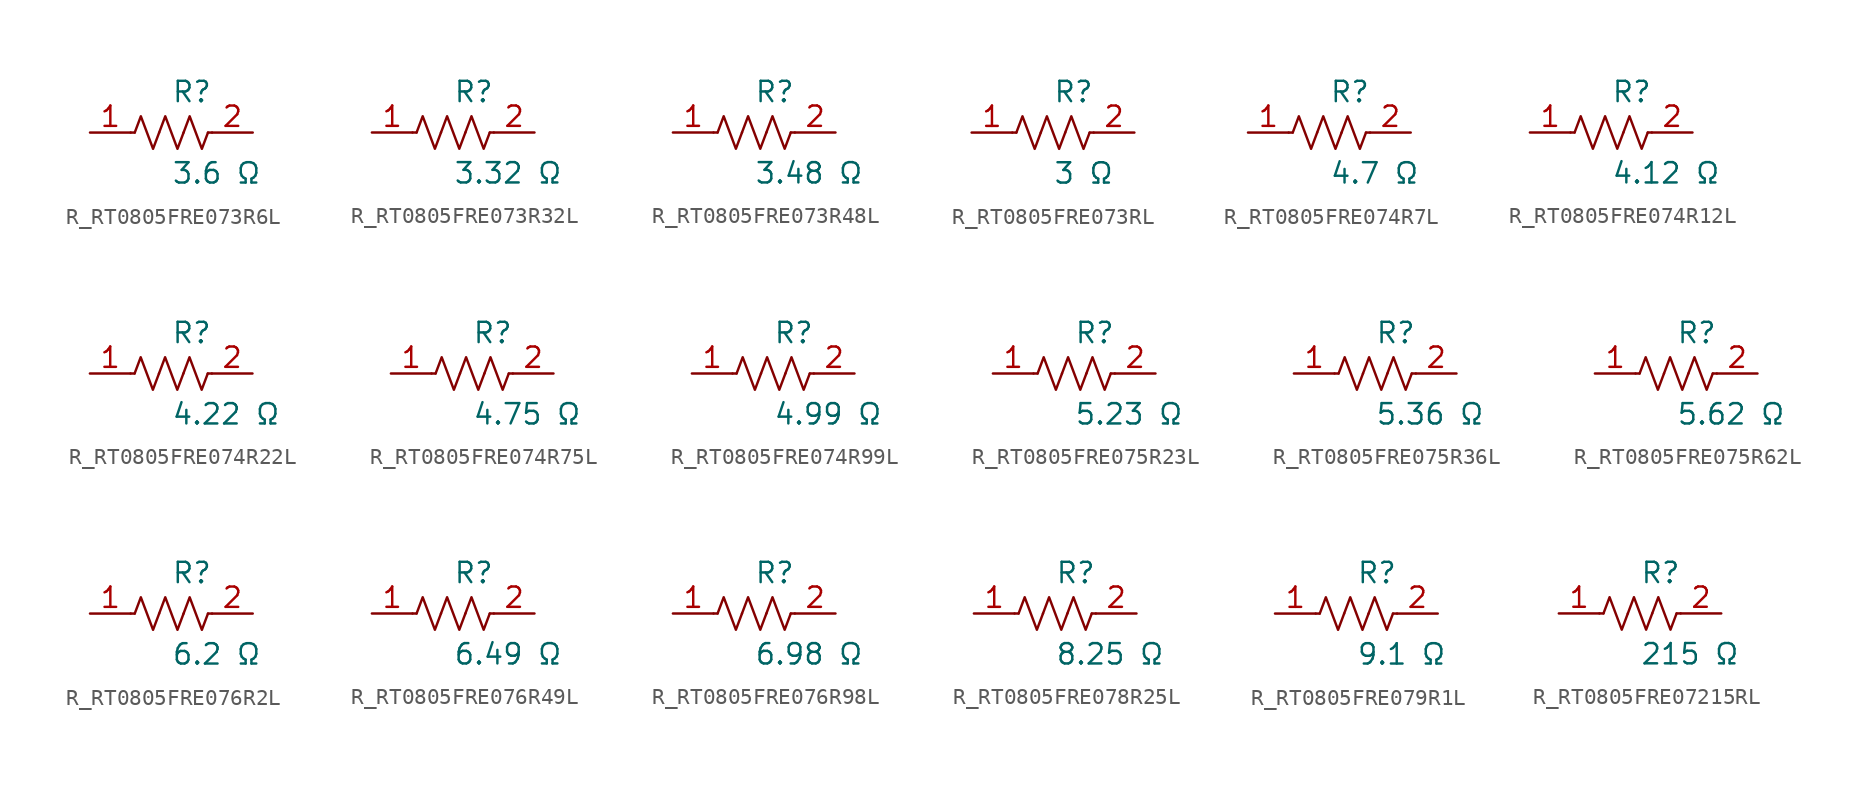
<source format=kicad_sym>
(kicad_symbol_lib
  (version 20231120)
  (generator kicad_symbol_editor)
  (generator_version 8.0)
  (symbol "R_RT0805FRE073R6L"
    (pin_names
      (offset 0.254))
    (property "Reference" "R"
      (at 0.0 2.54 0)
      (effects (font (size 1.27 1.27)) (justify left)))
    (property "Value" "3.6 Ω"
      (at 0.0 -2.54 0)
      (effects (font (size 1.27 1.27)) (justify left)))
    (symbol "R_RT0805FRE073R6L_0_1"
      (polyline (pts (xy 2.286 0) (xy 2.54 0)) (stroke (width 0) (type default)) (fill (type none)))
      (polyline (pts (xy -2.286 0) (xy -2.54 0)) (stroke (width 0) (type default)) (fill (type none)))
      (polyline (pts (xy 0.762 0) (xy 1.143 1.016) (xy 1.524 0) (xy 1.905 -1.016) (xy 2.286 0)) (stroke (width 0) (type default)) (fill (type none)))
      (polyline (pts (xy -0.762 0) (xy -0.381 1.016) (xy 0 0) (xy 0.381 -1.016) (xy 0.762 0)) (stroke (width 0) (type default)) (fill (type none)))
      (polyline (pts (xy -2.286 0) (xy -1.905 1.016) (xy -1.524 0) (xy -1.143 -1.016) (xy -0.762 0)) (stroke (width 0) (type default)) (fill (type none))))
    (pin unspecified line
      (at -5.08 0 0)
      (length 2.54)
      (name "" (effects (font (size 1.27 1.27))))
      (number "1" (effects (font (size 1.27 1.27)))))
    (pin unspecified line
      (at 5.08 0 180)
      (length 2.54)
      (name "" (effects (font (size 1.27 1.27))))
      (number "2" (effects (font (size 1.27 1.27))))))
  (symbol "R_RT0805FRE073R32L"
    (pin_names
      (offset 0.254))
    (property "Reference" "R"
      (at 0.0 2.54 0)
      (effects (font (size 1.27 1.27)) (justify left)))
    (property "Value" "3.32 Ω"
      (at 0.0 -2.54 0)
      (effects (font (size 1.27 1.27)) (justify left)))
    (symbol "R_RT0805FRE073R32L_0_1"
      (polyline (pts (xy 2.286 0) (xy 2.54 0)) (stroke (width 0) (type default)) (fill (type none)))
      (polyline (pts (xy -2.286 0) (xy -2.54 0)) (stroke (width 0) (type default)) (fill (type none)))
      (polyline (pts (xy 0.762 0) (xy 1.143 1.016) (xy 1.524 0) (xy 1.905 -1.016) (xy 2.286 0)) (stroke (width 0) (type default)) (fill (type none)))
      (polyline (pts (xy -0.762 0) (xy -0.381 1.016) (xy 0 0) (xy 0.381 -1.016) (xy 0.762 0)) (stroke (width 0) (type default)) (fill (type none)))
      (polyline (pts (xy -2.286 0) (xy -1.905 1.016) (xy -1.524 0) (xy -1.143 -1.016) (xy -0.762 0)) (stroke (width 0) (type default)) (fill (type none))))
    (pin unspecified line
      (at -5.08 0 0)
      (length 2.54)
      (name "" (effects (font (size 1.27 1.27))))
      (number "1" (effects (font (size 1.27 1.27)))))
    (pin unspecified line
      (at 5.08 0 180)
      (length 2.54)
      (name "" (effects (font (size 1.27 1.27))))
      (number "2" (effects (font (size 1.27 1.27))))))
  (symbol "R_RT0805FRE073R48L"
    (pin_names
      (offset 0.254))
    (property "Reference" "R"
      (at 0.0 2.54 0)
      (effects (font (size 1.27 1.27)) (justify left)))
    (property "Value" "3.48 Ω"
      (at 0.0 -2.54 0)
      (effects (font (size 1.27 1.27)) (justify left)))
    (symbol "R_RT0805FRE073R48L_0_1"
      (polyline (pts (xy 2.286 0) (xy 2.54 0)) (stroke (width 0) (type default)) (fill (type none)))
      (polyline (pts (xy -2.286 0) (xy -2.54 0)) (stroke (width 0) (type default)) (fill (type none)))
      (polyline (pts (xy 0.762 0) (xy 1.143 1.016) (xy 1.524 0) (xy 1.905 -1.016) (xy 2.286 0)) (stroke (width 0) (type default)) (fill (type none)))
      (polyline (pts (xy -0.762 0) (xy -0.381 1.016) (xy 0 0) (xy 0.381 -1.016) (xy 0.762 0)) (stroke (width 0) (type default)) (fill (type none)))
      (polyline (pts (xy -2.286 0) (xy -1.905 1.016) (xy -1.524 0) (xy -1.143 -1.016) (xy -0.762 0)) (stroke (width 0) (type default)) (fill (type none))))
    (pin unspecified line
      (at -5.08 0 0)
      (length 2.54)
      (name "" (effects (font (size 1.27 1.27))))
      (number "1" (effects (font (size 1.27 1.27)))))
    (pin unspecified line
      (at 5.08 0 180)
      (length 2.54)
      (name "" (effects (font (size 1.27 1.27))))
      (number "2" (effects (font (size 1.27 1.27))))))
  (symbol "R_RT0805FRE073RL"
    (pin_names
      (offset 0.254))
    (property "Reference" "R"
      (at 0.0 2.54 0)
      (effects (font (size 1.27 1.27)) (justify left)))
    (property "Value" "3 Ω"
      (at 0.0 -2.54 0)
      (effects (font (size 1.27 1.27)) (justify left)))
    (symbol "R_RT0805FRE073RL_0_1"
      (polyline (pts (xy 2.286 0) (xy 2.54 0)) (stroke (width 0) (type default)) (fill (type none)))
      (polyline (pts (xy -2.286 0) (xy -2.54 0)) (stroke (width 0) (type default)) (fill (type none)))
      (polyline (pts (xy 0.762 0) (xy 1.143 1.016) (xy 1.524 0) (xy 1.905 -1.016) (xy 2.286 0)) (stroke (width 0) (type default)) (fill (type none)))
      (polyline (pts (xy -0.762 0) (xy -0.381 1.016) (xy 0 0) (xy 0.381 -1.016) (xy 0.762 0)) (stroke (width 0) (type default)) (fill (type none)))
      (polyline (pts (xy -2.286 0) (xy -1.905 1.016) (xy -1.524 0) (xy -1.143 -1.016) (xy -0.762 0)) (stroke (width 0) (type default)) (fill (type none))))
    (pin unspecified line
      (at -5.08 0 0)
      (length 2.54)
      (name "" (effects (font (size 1.27 1.27))))
      (number "1" (effects (font (size 1.27 1.27)))))
    (pin unspecified line
      (at 5.08 0 180)
      (length 2.54)
      (name "" (effects (font (size 1.27 1.27))))
      (number "2" (effects (font (size 1.27 1.27))))))
  (symbol "R_RT0805FRE074R7L"
    (pin_names
      (offset 0.254))
    (property "Reference" "R"
      (at 0.0 2.54 0)
      (effects (font (size 1.27 1.27)) (justify left)))
    (property "Value" "4.7 Ω"
      (at 0.0 -2.54 0)
      (effects (font (size 1.27 1.27)) (justify left)))
    (symbol "R_RT0805FRE074R7L_0_1"
      (polyline (pts (xy 2.286 0) (xy 2.54 0)) (stroke (width 0) (type default)) (fill (type none)))
      (polyline (pts (xy -2.286 0) (xy -2.54 0)) (stroke (width 0) (type default)) (fill (type none)))
      (polyline (pts (xy 0.762 0) (xy 1.143 1.016) (xy 1.524 0) (xy 1.905 -1.016) (xy 2.286 0)) (stroke (width 0) (type default)) (fill (type none)))
      (polyline (pts (xy -0.762 0) (xy -0.381 1.016) (xy 0 0) (xy 0.381 -1.016) (xy 0.762 0)) (stroke (width 0) (type default)) (fill (type none)))
      (polyline (pts (xy -2.286 0) (xy -1.905 1.016) (xy -1.524 0) (xy -1.143 -1.016) (xy -0.762 0)) (stroke (width 0) (type default)) (fill (type none))))
    (pin unspecified line
      (at -5.08 0 0)
      (length 2.54)
      (name "" (effects (font (size 1.27 1.27))))
      (number "1" (effects (font (size 1.27 1.27)))))
    (pin unspecified line
      (at 5.08 0 180)
      (length 2.54)
      (name "" (effects (font (size 1.27 1.27))))
      (number "2" (effects (font (size 1.27 1.27))))))
  (symbol "R_RT0805FRE074R12L"
    (pin_names
      (offset 0.254))
    (property "Reference" "R"
      (at 0.0 2.54 0)
      (effects (font (size 1.27 1.27)) (justify left)))
    (property "Value" "4.12 Ω"
      (at 0.0 -2.54 0)
      (effects (font (size 1.27 1.27)) (justify left)))
    (symbol "R_RT0805FRE074R12L_0_1"
      (polyline (pts (xy 2.286 0) (xy 2.54 0)) (stroke (width 0) (type default)) (fill (type none)))
      (polyline (pts (xy -2.286 0) (xy -2.54 0)) (stroke (width 0) (type default)) (fill (type none)))
      (polyline (pts (xy 0.762 0) (xy 1.143 1.016) (xy 1.524 0) (xy 1.905 -1.016) (xy 2.286 0)) (stroke (width 0) (type default)) (fill (type none)))
      (polyline (pts (xy -0.762 0) (xy -0.381 1.016) (xy 0 0) (xy 0.381 -1.016) (xy 0.762 0)) (stroke (width 0) (type default)) (fill (type none)))
      (polyline (pts (xy -2.286 0) (xy -1.905 1.016) (xy -1.524 0) (xy -1.143 -1.016) (xy -0.762 0)) (stroke (width 0) (type default)) (fill (type none))))
    (pin unspecified line
      (at -5.08 0 0)
      (length 2.54)
      (name "" (effects (font (size 1.27 1.27))))
      (number "1" (effects (font (size 1.27 1.27)))))
    (pin unspecified line
      (at 5.08 0 180)
      (length 2.54)
      (name "" (effects (font (size 1.27 1.27))))
      (number "2" (effects (font (size 1.27 1.27))))))
  (symbol "R_RT0805FRE074R22L"
    (pin_names
      (offset 0.254))
    (property "Reference" "R"
      (at 0.0 2.54 0)
      (effects (font (size 1.27 1.27)) (justify left)))
    (property "Value" "4.22 Ω"
      (at 0.0 -2.54 0)
      (effects (font (size 1.27 1.27)) (justify left)))
    (symbol "R_RT0805FRE074R22L_0_1"
      (polyline (pts (xy 2.286 0) (xy 2.54 0)) (stroke (width 0) (type default)) (fill (type none)))
      (polyline (pts (xy -2.286 0) (xy -2.54 0)) (stroke (width 0) (type default)) (fill (type none)))
      (polyline (pts (xy 0.762 0) (xy 1.143 1.016) (xy 1.524 0) (xy 1.905 -1.016) (xy 2.286 0)) (stroke (width 0) (type default)) (fill (type none)))
      (polyline (pts (xy -0.762 0) (xy -0.381 1.016) (xy 0 0) (xy 0.381 -1.016) (xy 0.762 0)) (stroke (width 0) (type default)) (fill (type none)))
      (polyline (pts (xy -2.286 0) (xy -1.905 1.016) (xy -1.524 0) (xy -1.143 -1.016) (xy -0.762 0)) (stroke (width 0) (type default)) (fill (type none))))
    (pin unspecified line
      (at -5.08 0 0)
      (length 2.54)
      (name "" (effects (font (size 1.27 1.27))))
      (number "1" (effects (font (size 1.27 1.27)))))
    (pin unspecified line
      (at 5.08 0 180)
      (length 2.54)
      (name "" (effects (font (size 1.27 1.27))))
      (number "2" (effects (font (size 1.27 1.27))))))
  (symbol "R_RT0805FRE074R75L"
    (pin_names
      (offset 0.254))
    (property "Reference" "R"
      (at 0.0 2.54 0)
      (effects (font (size 1.27 1.27)) (justify left)))
    (property "Value" "4.75 Ω"
      (at 0.0 -2.54 0)
      (effects (font (size 1.27 1.27)) (justify left)))
    (symbol "R_RT0805FRE074R75L_0_1"
      (polyline (pts (xy 2.286 0) (xy 2.54 0)) (stroke (width 0) (type default)) (fill (type none)))
      (polyline (pts (xy -2.286 0) (xy -2.54 0)) (stroke (width 0) (type default)) (fill (type none)))
      (polyline (pts (xy 0.762 0) (xy 1.143 1.016) (xy 1.524 0) (xy 1.905 -1.016) (xy 2.286 0)) (stroke (width 0) (type default)) (fill (type none)))
      (polyline (pts (xy -0.762 0) (xy -0.381 1.016) (xy 0 0) (xy 0.381 -1.016) (xy 0.762 0)) (stroke (width 0) (type default)) (fill (type none)))
      (polyline (pts (xy -2.286 0) (xy -1.905 1.016) (xy -1.524 0) (xy -1.143 -1.016) (xy -0.762 0)) (stroke (width 0) (type default)) (fill (type none))))
    (pin unspecified line
      (at -5.08 0 0)
      (length 2.54)
      (name "" (effects (font (size 1.27 1.27))))
      (number "1" (effects (font (size 1.27 1.27)))))
    (pin unspecified line
      (at 5.08 0 180)
      (length 2.54)
      (name "" (effects (font (size 1.27 1.27))))
      (number "2" (effects (font (size 1.27 1.27))))))
  (symbol "R_RT0805FRE074R99L"
    (pin_names
      (offset 0.254))
    (property "Reference" "R"
      (at 0.0 2.54 0)
      (effects (font (size 1.27 1.27)) (justify left)))
    (property "Value" "4.99 Ω"
      (at 0.0 -2.54 0)
      (effects (font (size 1.27 1.27)) (justify left)))
    (symbol "R_RT0805FRE074R99L_0_1"
      (polyline (pts (xy 2.286 0) (xy 2.54 0)) (stroke (width 0) (type default)) (fill (type none)))
      (polyline (pts (xy -2.286 0) (xy -2.54 0)) (stroke (width 0) (type default)) (fill (type none)))
      (polyline (pts (xy 0.762 0) (xy 1.143 1.016) (xy 1.524 0) (xy 1.905 -1.016) (xy 2.286 0)) (stroke (width 0) (type default)) (fill (type none)))
      (polyline (pts (xy -0.762 0) (xy -0.381 1.016) (xy 0 0) (xy 0.381 -1.016) (xy 0.762 0)) (stroke (width 0) (type default)) (fill (type none)))
      (polyline (pts (xy -2.286 0) (xy -1.905 1.016) (xy -1.524 0) (xy -1.143 -1.016) (xy -0.762 0)) (stroke (width 0) (type default)) (fill (type none))))
    (pin unspecified line
      (at -5.08 0 0)
      (length 2.54)
      (name "" (effects (font (size 1.27 1.27))))
      (number "1" (effects (font (size 1.27 1.27)))))
    (pin unspecified line
      (at 5.08 0 180)
      (length 2.54)
      (name "" (effects (font (size 1.27 1.27))))
      (number "2" (effects (font (size 1.27 1.27))))))
  (symbol "R_RT0805FRE075R23L"
    (pin_names
      (offset 0.254))
    (property "Reference" "R"
      (at 0.0 2.54 0)
      (effects (font (size 1.27 1.27)) (justify left)))
    (property "Value" "5.23 Ω"
      (at 0.0 -2.54 0)
      (effects (font (size 1.27 1.27)) (justify left)))
    (symbol "R_RT0805FRE075R23L_0_1"
      (polyline (pts (xy 2.286 0) (xy 2.54 0)) (stroke (width 0) (type default)) (fill (type none)))
      (polyline (pts (xy -2.286 0) (xy -2.54 0)) (stroke (width 0) (type default)) (fill (type none)))
      (polyline (pts (xy 0.762 0) (xy 1.143 1.016) (xy 1.524 0) (xy 1.905 -1.016) (xy 2.286 0)) (stroke (width 0) (type default)) (fill (type none)))
      (polyline (pts (xy -0.762 0) (xy -0.381 1.016) (xy 0 0) (xy 0.381 -1.016) (xy 0.762 0)) (stroke (width 0) (type default)) (fill (type none)))
      (polyline (pts (xy -2.286 0) (xy -1.905 1.016) (xy -1.524 0) (xy -1.143 -1.016) (xy -0.762 0)) (stroke (width 0) (type default)) (fill (type none))))
    (pin unspecified line
      (at -5.08 0 0)
      (length 2.54)
      (name "" (effects (font (size 1.27 1.27))))
      (number "1" (effects (font (size 1.27 1.27)))))
    (pin unspecified line
      (at 5.08 0 180)
      (length 2.54)
      (name "" (effects (font (size 1.27 1.27))))
      (number "2" (effects (font (size 1.27 1.27))))))
  (symbol "R_RT0805FRE075R36L"
    (pin_names
      (offset 0.254))
    (property "Reference" "R"
      (at 0.0 2.54 0)
      (effects (font (size 1.27 1.27)) (justify left)))
    (property "Value" "5.36 Ω"
      (at 0.0 -2.54 0)
      (effects (font (size 1.27 1.27)) (justify left)))
    (symbol "R_RT0805FRE075R36L_0_1"
      (polyline (pts (xy 2.286 0) (xy 2.54 0)) (stroke (width 0) (type default)) (fill (type none)))
      (polyline (pts (xy -2.286 0) (xy -2.54 0)) (stroke (width 0) (type default)) (fill (type none)))
      (polyline (pts (xy 0.762 0) (xy 1.143 1.016) (xy 1.524 0) (xy 1.905 -1.016) (xy 2.286 0)) (stroke (width 0) (type default)) (fill (type none)))
      (polyline (pts (xy -0.762 0) (xy -0.381 1.016) (xy 0 0) (xy 0.381 -1.016) (xy 0.762 0)) (stroke (width 0) (type default)) (fill (type none)))
      (polyline (pts (xy -2.286 0) (xy -1.905 1.016) (xy -1.524 0) (xy -1.143 -1.016) (xy -0.762 0)) (stroke (width 0) (type default)) (fill (type none))))
    (pin unspecified line
      (at -5.08 0 0)
      (length 2.54)
      (name "" (effects (font (size 1.27 1.27))))
      (number "1" (effects (font (size 1.27 1.27)))))
    (pin unspecified line
      (at 5.08 0 180)
      (length 2.54)
      (name "" (effects (font (size 1.27 1.27))))
      (number "2" (effects (font (size 1.27 1.27))))))
  (symbol "R_RT0805FRE075R62L"
    (pin_names
      (offset 0.254))
    (property "Reference" "R"
      (at 0.0 2.54 0)
      (effects (font (size 1.27 1.27)) (justify left)))
    (property "Value" "5.62 Ω"
      (at 0.0 -2.54 0)
      (effects (font (size 1.27 1.27)) (justify left)))
    (symbol "R_RT0805FRE075R62L_0_1"
      (polyline (pts (xy 2.286 0) (xy 2.54 0)) (stroke (width 0) (type default)) (fill (type none)))
      (polyline (pts (xy -2.286 0) (xy -2.54 0)) (stroke (width 0) (type default)) (fill (type none)))
      (polyline (pts (xy 0.762 0) (xy 1.143 1.016) (xy 1.524 0) (xy 1.905 -1.016) (xy 2.286 0)) (stroke (width 0) (type default)) (fill (type none)))
      (polyline (pts (xy -0.762 0) (xy -0.381 1.016) (xy 0 0) (xy 0.381 -1.016) (xy 0.762 0)) (stroke (width 0) (type default)) (fill (type none)))
      (polyline (pts (xy -2.286 0) (xy -1.905 1.016) (xy -1.524 0) (xy -1.143 -1.016) (xy -0.762 0)) (stroke (width 0) (type default)) (fill (type none))))
    (pin unspecified line
      (at -5.08 0 0)
      (length 2.54)
      (name "" (effects (font (size 1.27 1.27))))
      (number "1" (effects (font (size 1.27 1.27)))))
    (pin unspecified line
      (at 5.08 0 180)
      (length 2.54)
      (name "" (effects (font (size 1.27 1.27))))
      (number "2" (effects (font (size 1.27 1.27))))))
  (symbol "R_RT0805FRE076R2L"
    (pin_names
      (offset 0.254))
    (property "Reference" "R"
      (at 0.0 2.54 0)
      (effects (font (size 1.27 1.27)) (justify left)))
    (property "Value" "6.2 Ω"
      (at 0.0 -2.54 0)
      (effects (font (size 1.27 1.27)) (justify left)))
    (symbol "R_RT0805FRE076R2L_0_1"
      (polyline (pts (xy 2.286 0) (xy 2.54 0)) (stroke (width 0) (type default)) (fill (type none)))
      (polyline (pts (xy -2.286 0) (xy -2.54 0)) (stroke (width 0) (type default)) (fill (type none)))
      (polyline (pts (xy 0.762 0) (xy 1.143 1.016) (xy 1.524 0) (xy 1.905 -1.016) (xy 2.286 0)) (stroke (width 0) (type default)) (fill (type none)))
      (polyline (pts (xy -0.762 0) (xy -0.381 1.016) (xy 0 0) (xy 0.381 -1.016) (xy 0.762 0)) (stroke (width 0) (type default)) (fill (type none)))
      (polyline (pts (xy -2.286 0) (xy -1.905 1.016) (xy -1.524 0) (xy -1.143 -1.016) (xy -0.762 0)) (stroke (width 0) (type default)) (fill (type none))))
    (pin unspecified line
      (at -5.08 0 0)
      (length 2.54)
      (name "" (effects (font (size 1.27 1.27))))
      (number "1" (effects (font (size 1.27 1.27)))))
    (pin unspecified line
      (at 5.08 0 180)
      (length 2.54)
      (name "" (effects (font (size 1.27 1.27))))
      (number "2" (effects (font (size 1.27 1.27))))))
  (symbol "R_RT0805FRE076R49L"
    (pin_names
      (offset 0.254))
    (property "Reference" "R"
      (at 0.0 2.54 0)
      (effects (font (size 1.27 1.27)) (justify left)))
    (property "Value" "6.49 Ω"
      (at 0.0 -2.54 0)
      (effects (font (size 1.27 1.27)) (justify left)))
    (symbol "R_RT0805FRE076R49L_0_1"
      (polyline (pts (xy 2.286 0) (xy 2.54 0)) (stroke (width 0) (type default)) (fill (type none)))
      (polyline (pts (xy -2.286 0) (xy -2.54 0)) (stroke (width 0) (type default)) (fill (type none)))
      (polyline (pts (xy 0.762 0) (xy 1.143 1.016) (xy 1.524 0) (xy 1.905 -1.016) (xy 2.286 0)) (stroke (width 0) (type default)) (fill (type none)))
      (polyline (pts (xy -0.762 0) (xy -0.381 1.016) (xy 0 0) (xy 0.381 -1.016) (xy 0.762 0)) (stroke (width 0) (type default)) (fill (type none)))
      (polyline (pts (xy -2.286 0) (xy -1.905 1.016) (xy -1.524 0) (xy -1.143 -1.016) (xy -0.762 0)) (stroke (width 0) (type default)) (fill (type none))))
    (pin unspecified line
      (at -5.08 0 0)
      (length 2.54)
      (name "" (effects (font (size 1.27 1.27))))
      (number "1" (effects (font (size 1.27 1.27)))))
    (pin unspecified line
      (at 5.08 0 180)
      (length 2.54)
      (name "" (effects (font (size 1.27 1.27))))
      (number "2" (effects (font (size 1.27 1.27))))))
  (symbol "R_RT0805FRE076R98L"
    (pin_names
      (offset 0.254))
    (property "Reference" "R"
      (at 0.0 2.54 0)
      (effects (font (size 1.27 1.27)) (justify left)))
    (property "Value" "6.98 Ω"
      (at 0.0 -2.54 0)
      (effects (font (size 1.27 1.27)) (justify left)))
    (symbol "R_RT0805FRE076R98L_0_1"
      (polyline (pts (xy 2.286 0) (xy 2.54 0)) (stroke (width 0) (type default)) (fill (type none)))
      (polyline (pts (xy -2.286 0) (xy -2.54 0)) (stroke (width 0) (type default)) (fill (type none)))
      (polyline (pts (xy 0.762 0) (xy 1.143 1.016) (xy 1.524 0) (xy 1.905 -1.016) (xy 2.286 0)) (stroke (width 0) (type default)) (fill (type none)))
      (polyline (pts (xy -0.762 0) (xy -0.381 1.016) (xy 0 0) (xy 0.381 -1.016) (xy 0.762 0)) (stroke (width 0) (type default)) (fill (type none)))
      (polyline (pts (xy -2.286 0) (xy -1.905 1.016) (xy -1.524 0) (xy -1.143 -1.016) (xy -0.762 0)) (stroke (width 0) (type default)) (fill (type none))))
    (pin unspecified line
      (at -5.08 0 0)
      (length 2.54)
      (name "" (effects (font (size 1.27 1.27))))
      (number "1" (effects (font (size 1.27 1.27)))))
    (pin unspecified line
      (at 5.08 0 180)
      (length 2.54)
      (name "" (effects (font (size 1.27 1.27))))
      (number "2" (effects (font (size 1.27 1.27))))))
  (symbol "R_RT0805FRE078R25L"
    (pin_names
      (offset 0.254))
    (property "Reference" "R"
      (at 0.0 2.54 0)
      (effects (font (size 1.27 1.27)) (justify left)))
    (property "Value" "8.25 Ω"
      (at 0.0 -2.54 0)
      (effects (font (size 1.27 1.27)) (justify left)))
    (symbol "R_RT0805FRE078R25L_0_1"
      (polyline (pts (xy 2.286 0) (xy 2.54 0)) (stroke (width 0) (type default)) (fill (type none)))
      (polyline (pts (xy -2.286 0) (xy -2.54 0)) (stroke (width 0) (type default)) (fill (type none)))
      (polyline (pts (xy 0.762 0) (xy 1.143 1.016) (xy 1.524 0) (xy 1.905 -1.016) (xy 2.286 0)) (stroke (width 0) (type default)) (fill (type none)))
      (polyline (pts (xy -0.762 0) (xy -0.381 1.016) (xy 0 0) (xy 0.381 -1.016) (xy 0.762 0)) (stroke (width 0) (type default)) (fill (type none)))
      (polyline (pts (xy -2.286 0) (xy -1.905 1.016) (xy -1.524 0) (xy -1.143 -1.016) (xy -0.762 0)) (stroke (width 0) (type default)) (fill (type none))))
    (pin unspecified line
      (at -5.08 0 0)
      (length 2.54)
      (name "" (effects (font (size 1.27 1.27))))
      (number "1" (effects (font (size 1.27 1.27)))))
    (pin unspecified line
      (at 5.08 0 180)
      (length 2.54)
      (name "" (effects (font (size 1.27 1.27))))
      (number "2" (effects (font (size 1.27 1.27))))))
  (symbol "R_RT0805FRE079R1L"
    (pin_names
      (offset 0.254))
    (property "Reference" "R"
      (at 0.0 2.54 0)
      (effects (font (size 1.27 1.27)) (justify left)))
    (property "Value" "9.1 Ω"
      (at 0.0 -2.54 0)
      (effects (font (size 1.27 1.27)) (justify left)))
    (symbol "R_RT0805FRE079R1L_0_1"
      (polyline (pts (xy 2.286 0) (xy 2.54 0)) (stroke (width 0) (type default)) (fill (type none)))
      (polyline (pts (xy -2.286 0) (xy -2.54 0)) (stroke (width 0) (type default)) (fill (type none)))
      (polyline (pts (xy 0.762 0) (xy 1.143 1.016) (xy 1.524 0) (xy 1.905 -1.016) (xy 2.286 0)) (stroke (width 0) (type default)) (fill (type none)))
      (polyline (pts (xy -0.762 0) (xy -0.381 1.016) (xy 0 0) (xy 0.381 -1.016) (xy 0.762 0)) (stroke (width 0) (type default)) (fill (type none)))
      (polyline (pts (xy -2.286 0) (xy -1.905 1.016) (xy -1.524 0) (xy -1.143 -1.016) (xy -0.762 0)) (stroke (width 0) (type default)) (fill (type none))))
    (pin unspecified line
      (at -5.08 0 0)
      (length 2.54)
      (name "" (effects (font (size 1.27 1.27))))
      (number "1" (effects (font (size 1.27 1.27)))))
    (pin unspecified line
      (at 5.08 0 180)
      (length 2.54)
      (name "" (effects (font (size 1.27 1.27))))
      (number "2" (effects (font (size 1.27 1.27))))))
  (symbol "R_RT0805FRE07215RL"
    (pin_names
      (offset 0.254))
    (property "Reference" "R"
      (at 0.0 2.54 0)
      (effects (font (size 1.27 1.27)) (justify left)))
    (property "Value" "215 Ω"
      (at 0.0 -2.54 0)
      (effects (font (size 1.27 1.27)) (justify left)))
    (symbol "R_RT0805FRE07215RL_0_1"
      (polyline (pts (xy 2.286 0) (xy 2.54 0)) (stroke (width 0) (type default)) (fill (type none)))
      (polyline (pts (xy -2.286 0) (xy -2.54 0)) (stroke (width 0) (type default)) (fill (type none)))
      (polyline (pts (xy 0.762 0) (xy 1.143 1.016) (xy 1.524 0) (xy 1.905 -1.016) (xy 2.286 0)) (stroke (width 0) (type default)) (fill (type none)))
      (polyline (pts (xy -0.762 0) (xy -0.381 1.016) (xy 0 0) (xy 0.381 -1.016) (xy 0.762 0)) (stroke (width 0) (type default)) (fill (type none)))
      (polyline (pts (xy -2.286 0) (xy -1.905 1.016) (xy -1.524 0) (xy -1.143 -1.016) (xy -0.762 0)) (stroke (width 0) (type default)) (fill (type none))))
    (pin unspecified line
      (at -5.08 0 0)
      (length 2.54)
      (name "" (effects (font (size 1.27 1.27))))
      (number "1" (effects (font (size 1.27 1.27)))))
    (pin unspecified line
      (at 5.08 0 180)
      (length 2.54)
      (name "" (effects (font (size 1.27 1.27))))
      (number "2" (effects (font (size 1.27 1.27)))))))
</source>
